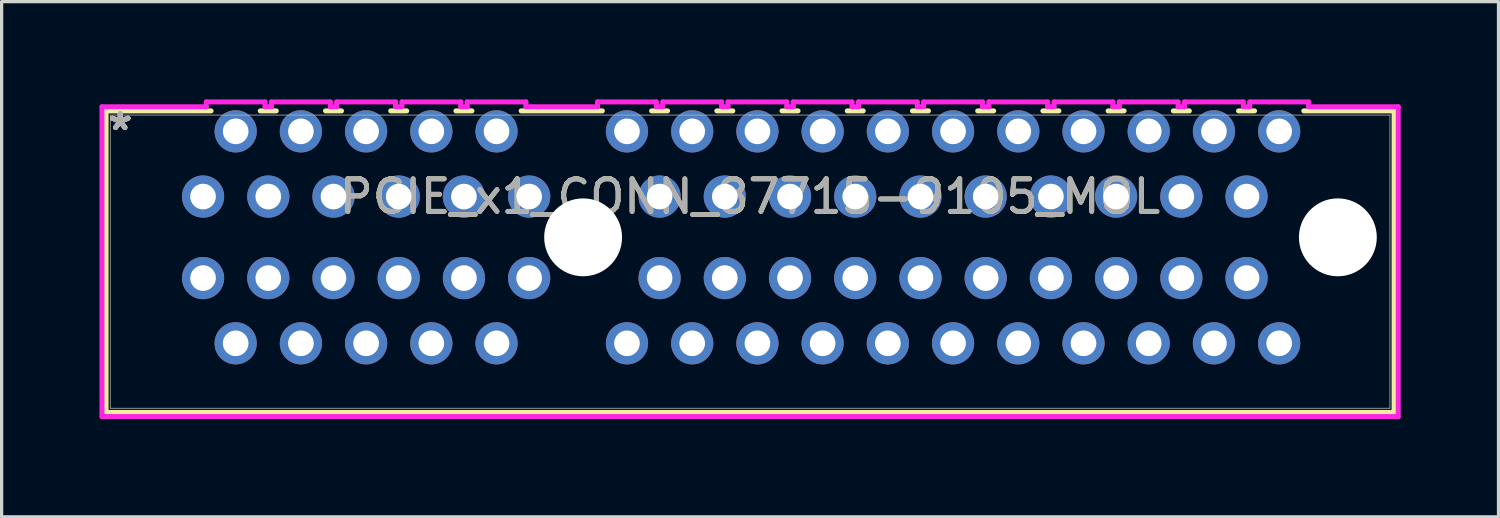
<source format=kicad_pcb>
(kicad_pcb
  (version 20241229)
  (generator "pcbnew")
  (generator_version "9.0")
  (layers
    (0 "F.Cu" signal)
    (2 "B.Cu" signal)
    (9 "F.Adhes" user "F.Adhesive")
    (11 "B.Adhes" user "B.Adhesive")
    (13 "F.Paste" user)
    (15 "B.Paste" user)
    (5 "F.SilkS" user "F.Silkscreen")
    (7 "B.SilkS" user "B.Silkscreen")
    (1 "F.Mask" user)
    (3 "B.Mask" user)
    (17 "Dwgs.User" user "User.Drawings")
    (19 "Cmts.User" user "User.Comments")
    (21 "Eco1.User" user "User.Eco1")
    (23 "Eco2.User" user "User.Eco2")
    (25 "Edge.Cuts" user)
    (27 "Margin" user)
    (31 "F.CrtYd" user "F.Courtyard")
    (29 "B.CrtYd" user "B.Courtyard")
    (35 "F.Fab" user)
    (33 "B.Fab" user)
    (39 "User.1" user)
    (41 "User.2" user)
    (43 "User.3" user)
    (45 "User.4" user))
  (footprint "PCIE_x1_CONN_87715-9105_MOL"
    (layer "F.Cu")
    (at 3.177 2.978)
    (property "Reference" "PCIE_x1_CONN_87715-9105_MOL" (at 16.775 0 0) (unlocked yes) (layer "F.SilkS") (effects (font (size 1 1) (thickness 0.15))))
    (attr through_hole)
    (fp_line (start -2.973 -2.627) (end -2.973 6.619) (stroke (width 0.152) (type solid)) (layer "F.SilkS"))
    (fp_line (start -2.973 6.619) (end 36.524 6.619) (stroke (width 0.152) (type solid)) (layer "F.SilkS"))
    (fp_line (start 0.246 -2.627) (end -2.973 -2.627) (stroke (width 0.152) (type solid)) (layer "F.SilkS"))
    (fp_line (start 2.246 -2.627) (end 1.754 -2.627) (stroke (width 0.152) (type solid)) (layer "F.SilkS"))
    (fp_line (start 4.246 -2.627) (end 3.754 -2.627) (stroke (width 0.152) (type solid)) (layer "F.SilkS"))
    (fp_line (start 6.246 -2.627) (end 5.754 -2.627) (stroke (width 0.152) (type solid)) (layer "F.SilkS"))
    (fp_line (start 8.246 -2.627) (end 7.754 -2.627) (stroke (width 0.152) (type solid)) (layer "F.SilkS"))
    (fp_line (start 12.246 -2.627) (end 9.754 -2.627) (stroke (width 0.152) (type solid)) (layer "F.SilkS"))
    (fp_line (start 14.246 -2.627) (end 13.754 -2.627) (stroke (width 0.152) (type solid)) (layer "F.SilkS"))
    (fp_line (start 16.246 -2.627) (end 15.754 -2.627) (stroke (width 0.152) (type solid)) (layer "F.SilkS"))
    (fp_line (start 18.246 -2.627) (end 17.754 -2.627) (stroke (width 0.152) (type solid)) (layer "F.SilkS"))
    (fp_line (start 20.246 -2.627) (end 19.754 -2.627) (stroke (width 0.152) (type solid)) (layer "F.SilkS"))
    (fp_line (start 22.246 -2.627) (end 21.754 -2.627) (stroke (width 0.152) (type solid)) (layer "F.SilkS"))
    (fp_line (start 24.246 -2.627) (end 23.754 -2.627) (stroke (width 0.152) (type solid)) (layer "F.SilkS"))
    (fp_line (start 26.246 -2.627) (end 25.754 -2.627) (stroke (width 0.152) (type solid)) (layer "F.SilkS"))
    (fp_line (start 28.246 -2.627) (end 27.754 -2.627) (stroke (width 0.152) (type solid)) (layer "F.SilkS"))
    (fp_line (start 30.246 -2.627) (end 29.754 -2.627) (stroke (width 0.152) (type solid)) (layer "F.SilkS"))
    (fp_line (start 32.246 -2.627) (end 31.754 -2.627) (stroke (width 0.152) (type solid)) (layer "F.SilkS"))
    (fp_line (start 36.524 -2.627) (end 33.754 -2.627) (stroke (width 0.152) (type solid)) (layer "F.SilkS"))
    (fp_line (start 36.524 6.619) (end 36.524 -2.627) (stroke (width 0.152) (type solid)) (layer "F.SilkS"))
    (fp_line (start -3.1 -2.754) (end -3.1 6.746) (stroke (width 0.152) (type solid)) (layer "F.CrtYd"))
    (fp_line (start -3.1 6.746) (end 36.651 6.746) (stroke (width 0.152) (type solid)) (layer "F.CrtYd"))
    (fp_line (start 0.098 -2.902) (end 0.098 -2.754) (stroke (width 0.152) (type solid)) (layer "F.CrtYd"))
    (fp_line (start 0.098 -2.754) (end -3.1 -2.754) (stroke (width 0.152) (type solid)) (layer "F.CrtYd"))
    (fp_line (start 1.902 -2.902) (end 0.098 -2.902) (stroke (width 0.152) (type solid)) (layer "F.CrtYd"))
    (fp_line (start 1.902 -2.754) (end 1.902 -2.902) (stroke (width 0.152) (type solid)) (layer "F.CrtYd"))
    (fp_line (start 2.098 -2.902) (end 2.098 -2.754) (stroke (width 0.152) (type solid)) (layer "F.CrtYd"))
    (fp_line (start 2.098 -2.754) (end 1.902 -2.754) (stroke (width 0.152) (type solid)) (layer "F.CrtYd"))
    (fp_line (start 3.902 -2.902) (end 2.098 -2.902) (stroke (width 0.152) (type solid)) (layer "F.CrtYd"))
    (fp_line (start 3.902 -2.754) (end 3.902 -2.902) (stroke (width 0.152) (type solid)) (layer "F.CrtYd"))
    (fp_line (start 4.098 -2.902) (end 4.098 -2.754) (stroke (width 0.152) (type solid)) (layer "F.CrtYd"))
    (fp_line (start 4.098 -2.754) (end 3.902 -2.754) (stroke (width 0.152) (type solid)) (layer "F.CrtYd"))
    (fp_line (start 5.902 -2.902) (end 4.098 -2.902) (stroke (width 0.152) (type solid)) (layer "F.CrtYd"))
    (fp_line (start 5.902 -2.754) (end 5.902 -2.902) (stroke (width 0.152) (type solid)) (layer "F.CrtYd"))
    (fp_line (start 6.098 -2.902) (end 6.098 -2.754) (stroke (width 0.152) (type solid)) (layer "F.CrtYd"))
    (fp_line (start 6.098 -2.754) (end 5.902 -2.754) (stroke (width 0.152) (type solid)) (layer "F.CrtYd"))
    (fp_line (start 7.902 -2.902) (end 6.098 -2.902) (stroke (width 0.152) (type solid)) (layer "F.CrtYd"))
    (fp_line (start 7.902 -2.754) (end 7.902 -2.902) (stroke (width 0.152) (type solid)) (layer "F.CrtYd"))
    (fp_line (start 8.098 -2.902) (end 8.098 -2.754) (stroke (width 0.152) (type solid)) (layer "F.CrtYd"))
    (fp_line (start 8.098 -2.754) (end 7.902 -2.754) (stroke (width 0.152) (type solid)) (layer "F.CrtYd"))
    (fp_line (start 9.902 -2.902) (end 8.098 -2.902) (stroke (width 0.152) (type solid)) (layer "F.CrtYd"))
    (fp_line (start 9.902 -2.754) (end 9.902 -2.902) (stroke (width 0.152) (type solid)) (layer "F.CrtYd"))
    (fp_line (start 12.098 -2.902) (end 12.098 -2.754) (stroke (width 0.152) (type solid)) (layer "F.CrtYd"))
    (fp_line (start 12.098 -2.754) (end 9.902 -2.754) (stroke (width 0.152) (type solid)) (layer "F.CrtYd"))
    (fp_line (start 13.902 -2.902) (end 12.098 -2.902) (stroke (width 0.152) (type solid)) (layer "F.CrtYd"))
    (fp_line (start 13.902 -2.754) (end 13.902 -2.902) (stroke (width 0.152) (type solid)) (layer "F.CrtYd"))
    (fp_line (start 14.098 -2.902) (end 14.098 -2.754) (stroke (width 0.152) (type solid)) (layer "F.CrtYd"))
    (fp_line (start 14.098 -2.754) (end 13.902 -2.754) (stroke (width 0.152) (type solid)) (layer "F.CrtYd"))
    (fp_line (start 15.902 -2.902) (end 14.098 -2.902) (stroke (width 0.152) (type solid)) (layer "F.CrtYd"))
    (fp_line (start 15.902 -2.754) (end 15.902 -2.902) (stroke (width 0.152) (type solid)) (layer "F.CrtYd"))
    (fp_line (start 16.098 -2.902) (end 16.098 -2.754) (stroke (width 0.152) (type solid)) (layer "F.CrtYd"))
    (fp_line (start 16.098 -2.754) (end 15.902 -2.754) (stroke (width 0.152) (type solid)) (layer "F.CrtYd"))
    (fp_line (start 17.902 -2.902) (end 16.098 -2.902) (stroke (width 0.152) (type solid)) (layer "F.CrtYd"))
    (fp_line (start 17.902 -2.754) (end 17.902 -2.902) (stroke (width 0.152) (type solid)) (layer "F.CrtYd"))
    (fp_line (start 18.098 -2.902) (end 18.098 -2.754) (stroke (width 0.152) (type solid)) (layer "F.CrtYd"))
    (fp_line (start 18.098 -2.754) (end 17.902 -2.754) (stroke (width 0.152) (type solid)) (layer "F.CrtYd"))
    (fp_line (start 19.902 -2.902) (end 18.098 -2.902) (stroke (width 0.152) (type solid)) (layer "F.CrtYd"))
    (fp_line (start 19.902 -2.754) (end 19.902 -2.902) (stroke (width 0.152) (type solid)) (layer "F.CrtYd"))
    (fp_line (start 20.098 -2.902) (end 20.098 -2.754) (stroke (width 0.152) (type solid)) (layer "F.CrtYd"))
    (fp_line (start 20.098 -2.754) (end 19.902 -2.754) (stroke (width 0.152) (type solid)) (layer "F.CrtYd"))
    (fp_line (start 21.902 -2.902) (end 20.098 -2.902) (stroke (width 0.152) (type solid)) (layer "F.CrtYd"))
    (fp_line (start 21.902 -2.754) (end 21.902 -2.902) (stroke (width 0.152) (type solid)) (layer "F.CrtYd"))
    (fp_line (start 22.098 -2.902) (end 22.098 -2.754) (stroke (width 0.152) (type solid)) (layer "F.CrtYd"))
    (fp_line (start 22.098 -2.754) (end 21.902 -2.754) (stroke (width 0.152) (type solid)) (layer "F.CrtYd"))
    (fp_line (start 23.902 -2.902) (end 22.098 -2.902) (stroke (width 0.152) (type solid)) (layer "F.CrtYd"))
    (fp_line (start 23.902 -2.754) (end 23.902 -2.902) (stroke (width 0.152) (type solid)) (layer "F.CrtYd"))
    (fp_line (start 24.098 -2.902) (end 24.098 -2.754) (stroke (width 0.152) (type solid)) (layer "F.CrtYd"))
    (fp_line (start 24.098 -2.754) (end 23.902 -2.754) (stroke (width 0.152) (type solid)) (layer "F.CrtYd"))
    (fp_line (start 25.902 -2.902) (end 24.098 -2.902) (stroke (width 0.152) (type solid)) (layer "F.CrtYd"))
    (fp_line (start 25.902 -2.754) (end 25.902 -2.902) (stroke (width 0.152) (type solid)) (layer "F.CrtYd"))
    (fp_line (start 26.098 -2.902) (end 26.098 -2.754) (stroke (width 0.152) (type solid)) (layer "F.CrtYd"))
    (fp_line (start 26.098 -2.754) (end 25.902 -2.754) (stroke (width 0.152) (type solid)) (layer "F.CrtYd"))
    (fp_line (start 27.902 -2.902) (end 26.098 -2.902) (stroke (width 0.152) (type solid)) (layer "F.CrtYd"))
    (fp_line (start 27.902 -2.754) (end 27.902 -2.902) (stroke (width 0.152) (type solid)) (layer "F.CrtYd"))
    (fp_line (start 28.098 -2.902) (end 28.098 -2.754) (stroke (width 0.152) (type solid)) (layer "F.CrtYd"))
    (fp_line (start 28.098 -2.754) (end 27.902 -2.754) (stroke (width 0.152) (type solid)) (layer "F.CrtYd"))
    (fp_line (start 29.902 -2.902) (end 28.098 -2.902) (stroke (width 0.152) (type solid)) (layer "F.CrtYd"))
    (fp_line (start 29.902 -2.754) (end 29.902 -2.902) (stroke (width 0.152) (type solid)) (layer "F.CrtYd"))
    (fp_line (start 30.098 -2.902) (end 30.098 -2.754) (stroke (width 0.152) (type solid)) (layer "F.CrtYd"))
    (fp_line (start 30.098 -2.754) (end 29.902 -2.754) (stroke (width 0.152) (type solid)) (layer "F.CrtYd"))
    (fp_line (start 31.902 -2.902) (end 30.098 -2.902) (stroke (width 0.152) (type solid)) (layer "F.CrtYd"))
    (fp_line (start 31.902 -2.754) (end 31.902 -2.902) (stroke (width 0.152) (type solid)) (layer "F.CrtYd"))
    (fp_line (start 32.098 -2.902) (end 32.098 -2.754) (stroke (width 0.152) (type solid)) (layer "F.CrtYd"))
    (fp_line (start 32.098 -2.754) (end 31.902 -2.754) (stroke (width 0.152) (type solid)) (layer "F.CrtYd"))
    (fp_line (start 33.902 -2.902) (end 32.098 -2.902) (stroke (width 0.152) (type solid)) (layer "F.CrtYd"))
    (fp_line (start 33.902 -2.754) (end 33.902 -2.902) (stroke (width 0.152) (type solid)) (layer "F.CrtYd"))
    (fp_line (start 36.651 -2.754) (end 33.902 -2.754) (stroke (width 0.152) (type solid)) (layer "F.CrtYd"))
    (fp_line (start 36.651 6.746) (end 36.651 -2.754) (stroke (width 0.152) (type solid)) (layer "F.CrtYd"))
    (fp_line (start -2.846 -2.5) (end -2.846 6.492) (stroke (width 0.025) (type solid)) (layer "F.Fab"))
    (fp_line (start -2.846 6.492) (end 36.397 6.492) (stroke (width 0.025) (type solid)) (layer "F.Fab"))
    (fp_line (start 16.775 -2.5) (end 16.775 -2.5) (stroke (width 0.025) (type solid)) (layer "F.Fab"))
    (fp_line (start 16.775 -2.5) (end 16.775 -2.5) (stroke (width 0.025) (type solid)) (layer "F.Fab"))
    (fp_line (start 16.775 -2.5) (end 16.775 -2.5) (stroke (width 0.025) (type solid)) (layer "F.Fab"))
    (fp_line (start 16.775 -2.5) (end 16.775 -2.5) (stroke (width 0.025) (type solid)) (layer "F.Fab"))
    (fp_line (start 36.397 -2.5) (end -2.846 -2.5) (stroke (width 0.025) (type solid)) (layer "F.Fab"))
    (fp_line (start 36.397 6.492) (end 36.397 -2.5) (stroke (width 0.025) (type solid)) (layer "F.Fab"))
    (fp_text user "*" (at -2.54 -2 0) (unlocked yes) (layer "F.SilkS") (effects (font (size 1 1) (thickness 0.15))))
    (fp_text user "*" (at -2.54 -2 0) (layer "F.SilkS") (effects (font (size 1 1) (thickness 0.15))))
    (fp_text user "*" (at -2.54 -2 0) (unlocked yes) (layer "F.Fab") (effects (font (size 1 1) (thickness 0.15))))
    (fp_text user "${REFERENCE}" (at 16.775 0 0) (unlocked yes) (layer "F.Fab") (effects (font (size 1 1) (thickness 0.15))))
    (fp_text user "*" (at -2.54 -2 0) (layer "F.Fab") (effects (font (size 1 1) (thickness 0.15))))
    (pad "" np_thru_hole circle (at 11.655 1.25) (size 2.388 2.388) (drill 2.388) (layers "*.Cu" "*.Mask"))
    (pad "" np_thru_hole circle (at 34.8 1.25) (size 2.388 2.388) (drill 2.388) (layers "*.Cu" "*.Mask"))
    (pad "A1" thru_hole circle (at 0 0) (size 1.295 1.295) (drill 0.787) (layers "*.Cu" "*.Mask"))
    (pad "A2" thru_hole circle (at 1 -2) (size 1.295 1.295) (drill 0.787) (layers "*.Cu" "*.Mask"))
    (pad "A3" thru_hole circle (at 2 0) (size 1.295 1.295) (drill 0.787) (layers "*.Cu" "*.Mask"))
    (pad "A4" thru_hole circle (at 3 -2) (size 1.295 1.295) (drill 0.787) (layers "*.Cu" "*.Mask"))
    (pad "A5" thru_hole circle (at 4 0) (size 1.295 1.295) (drill 0.787) (layers "*.Cu" "*.Mask"))
    (pad "A6" thru_hole circle (at 5 -2) (size 1.295 1.295) (drill 0.787) (layers "*.Cu" "*.Mask"))
    (pad "A7" thru_hole circle (at 6 0) (size 1.295 1.295) (drill 0.787) (layers "*.Cu" "*.Mask"))
    (pad "A8" thru_hole circle (at 7 -2) (size 1.295 1.295) (drill 0.787) (layers "*.Cu" "*.Mask"))
    (pad "A9" thru_hole circle (at 8 0) (size 1.295 1.295) (drill 0.787) (layers "*.Cu" "*.Mask"))
    (pad "A10" thru_hole circle (at 9 -2) (size 1.295 1.295) (drill 0.787) (layers "*.Cu" "*.Mask"))
    (pad "A11" thru_hole circle (at 10 0) (size 1.295 1.295) (drill 0.787) (layers "*.Cu" "*.Mask"))
    (pad "A12" thru_hole circle (at 13 -2) (size 1.295 1.295) (drill 0.787) (layers "*.Cu" "*.Mask"))
    (pad "A13" thru_hole circle (at 14 0) (size 1.295 1.295) (drill 0.787) (layers "*.Cu" "*.Mask"))
    (pad "A14" thru_hole circle (at 15 -2) (size 1.295 1.295) (drill 0.787) (layers "*.Cu" "*.Mask"))
    (pad "A15" thru_hole circle (at 16 0) (size 1.295 1.295) (drill 0.787) (layers "*.Cu" "*.Mask"))
    (pad "A16" thru_hole circle (at 17 -2) (size 1.295 1.295) (drill 0.787) (layers "*.Cu" "*.Mask"))
    (pad "A17" thru_hole circle (at 18 0) (size 1.295 1.295) (drill 0.787) (layers "*.Cu" "*.Mask"))
    (pad "A18" thru_hole circle (at 19 -2) (size 1.295 1.295) (drill 0.787) (layers "*.Cu" "*.Mask"))
    (pad "A19" thru_hole circle (at 20 0) (size 1.295 1.295) (drill 0.787) (layers "*.Cu" "*.Mask"))
    (pad "A20" thru_hole circle (at 21 -2) (size 1.295 1.295) (drill 0.787) (layers "*.Cu" "*.Mask"))
    (pad "A21" thru_hole circle (at 22 0) (size 1.295 1.295) (drill 0.787) (layers "*.Cu" "*.Mask"))
    (pad "A22" thru_hole circle (at 23 -2) (size 1.295 1.295) (drill 0.787) (layers "*.Cu" "*.Mask"))
    (pad "A23" thru_hole circle (at 24 0) (size 1.295 1.295) (drill 0.787) (layers "*.Cu" "*.Mask"))
    (pad "A24" thru_hole circle (at 25 -2) (size 1.295 1.295) (drill 0.787) (layers "*.Cu" "*.Mask"))
    (pad "A25" thru_hole circle (at 26 0) (size 1.295 1.295) (drill 0.787) (layers "*.Cu" "*.Mask"))
    (pad "A26" thru_hole circle (at 27 -2) (size 1.295 1.295) (drill 0.787) (layers "*.Cu" "*.Mask"))
    (pad "A27" thru_hole circle (at 28 0) (size 1.295 1.295) (drill 0.787) (layers "*.Cu" "*.Mask"))
    (pad "A28" thru_hole circle (at 29 -2) (size 1.295 1.295) (drill 0.787) (layers "*.Cu" "*.Mask"))
    (pad "A29" thru_hole circle (at 30 0) (size 1.295 1.295) (drill 0.787) (layers "*.Cu" "*.Mask"))
    (pad "A30" thru_hole circle (at 31 -2) (size 1.295 1.295) (drill 0.787) (layers "*.Cu" "*.Mask"))
    (pad "A31" thru_hole circle (at 32 0) (size 1.295 1.295) (drill 0.787) (layers "*.Cu" "*.Mask"))
    (pad "A32" thru_hole circle (at 33 -2) (size 1.295 1.295) (drill 0.787) (layers "*.Cu" "*.Mask"))
    (pad "B1" thru_hole circle (at 0 2.5) (size 1.295 1.295) (drill 0.787) (layers "*.Cu" "*.Mask"))
    (pad "B2" thru_hole circle (at 1 4.5) (size 1.295 1.295) (drill 0.787) (layers "*.Cu" "*.Mask"))
    (pad "B3" thru_hole circle (at 2 2.5) (size 1.295 1.295) (drill 0.787) (layers "*.Cu" "*.Mask"))
    (pad "B4" thru_hole circle (at 3 4.5) (size 1.295 1.295) (drill 0.787) (layers "*.Cu" "*.Mask"))
    (pad "B5" thru_hole circle (at 4 2.5) (size 1.295 1.295) (drill 0.787) (layers "*.Cu" "*.Mask"))
    (pad "B6" thru_hole circle (at 5 4.5) (size 1.295 1.295) (drill 0.787) (layers "*.Cu" "*.Mask"))
    (pad "B7" thru_hole circle (at 6 2.5) (size 1.295 1.295) (drill 0.787) (layers "*.Cu" "*.Mask"))
    (pad "B8" thru_hole circle (at 7 4.5) (size 1.295 1.295) (drill 0.787) (layers "*.Cu" "*.Mask"))
    (pad "B9" thru_hole circle (at 8 2.5) (size 1.295 1.295) (drill 0.787) (layers "*.Cu" "*.Mask"))
    (pad "B10" thru_hole circle (at 9 4.5) (size 1.295 1.295) (drill 0.787) (layers "*.Cu" "*.Mask"))
    (pad "B11" thru_hole circle (at 10 2.5) (size 1.295 1.295) (drill 0.787) (layers "*.Cu" "*.Mask"))
    (pad "B12" thru_hole circle (at 13 4.5) (size 1.295 1.295) (drill 0.787) (layers "*.Cu" "*.Mask"))
    (pad "B13" thru_hole circle (at 14 2.5) (size 1.295 1.295) (drill 0.787) (layers "*.Cu" "*.Mask"))
    (pad "B14" thru_hole circle (at 15 4.5) (size 1.295 1.295) (drill 0.787) (layers "*.Cu" "*.Mask"))
    (pad "B15" thru_hole circle (at 16 2.5) (size 1.295 1.295) (drill 0.787) (layers "*.Cu" "*.Mask"))
    (pad "B16" thru_hole circle (at 17 4.5) (size 1.295 1.295) (drill 0.787) (layers "*.Cu" "*.Mask"))
    (pad "B17" thru_hole circle (at 18 2.5) (size 1.295 1.295) (drill 0.787) (layers "*.Cu" "*.Mask"))
    (pad "B18" thru_hole circle (at 19 4.5) (size 1.295 1.295) (drill 0.787) (layers "*.Cu" "*.Mask"))
    (pad "B19" thru_hole circle (at 20 2.5) (size 1.295 1.295) (drill 0.787) (layers "*.Cu" "*.Mask"))
    (pad "B20" thru_hole circle (at 21 4.5) (size 1.295 1.295) (drill 0.787) (layers "*.Cu" "*.Mask"))
    (pad "B21" thru_hole circle (at 22 2.5) (size 1.295 1.295) (drill 0.787) (layers "*.Cu" "*.Mask"))
    (pad "B22" thru_hole circle (at 23 4.5) (size 1.295 1.295) (drill 0.787) (layers "*.Cu" "*.Mask"))
    (pad "B23" thru_hole circle (at 24 2.5) (size 1.295 1.295) (drill 0.787) (layers "*.Cu" "*.Mask"))
    (pad "B24" thru_hole circle (at 25 4.5) (size 1.295 1.295) (drill 0.787) (layers "*.Cu" "*.Mask"))
    (pad "B25" thru_hole circle (at 26 2.5) (size 1.295 1.295) (drill 0.787) (layers "*.Cu" "*.Mask"))
    (pad "B26" thru_hole circle (at 27 4.5) (size 1.295 1.295) (drill 0.787) (layers "*.Cu" "*.Mask"))
    (pad "B27" thru_hole circle (at 28 2.5) (size 1.295 1.295) (drill 0.787) (layers "*.Cu" "*.Mask"))
    (pad "B28" thru_hole circle (at 29 4.5) (size 1.295 1.295) (drill 0.787) (layers "*.Cu" "*.Mask"))
    (pad "B29" thru_hole circle (at 30 2.5) (size 1.295 1.295) (drill 0.787) (layers "*.Cu" "*.Mask"))
    (pad "B30" thru_hole circle (at 31 4.5) (size 1.295 1.295) (drill 0.787) (layers "*.Cu" "*.Mask"))
    (pad "B31" thru_hole circle (at 32 2.5) (size 1.295 1.295) (drill 0.787) (layers "*.Cu" "*.Mask"))
    (pad "B32" thru_hole circle (at 33 4.5) (size 1.295 1.295) (drill 0.787) (layers "*.Cu" "*.Mask")))
  (gr_rect
    (start -3 -3)
    (end 42.903 12.8)
    (stroke (width 0.1) (type default))
    (fill no)
    (layer "Edge.Cuts")))
</source>
